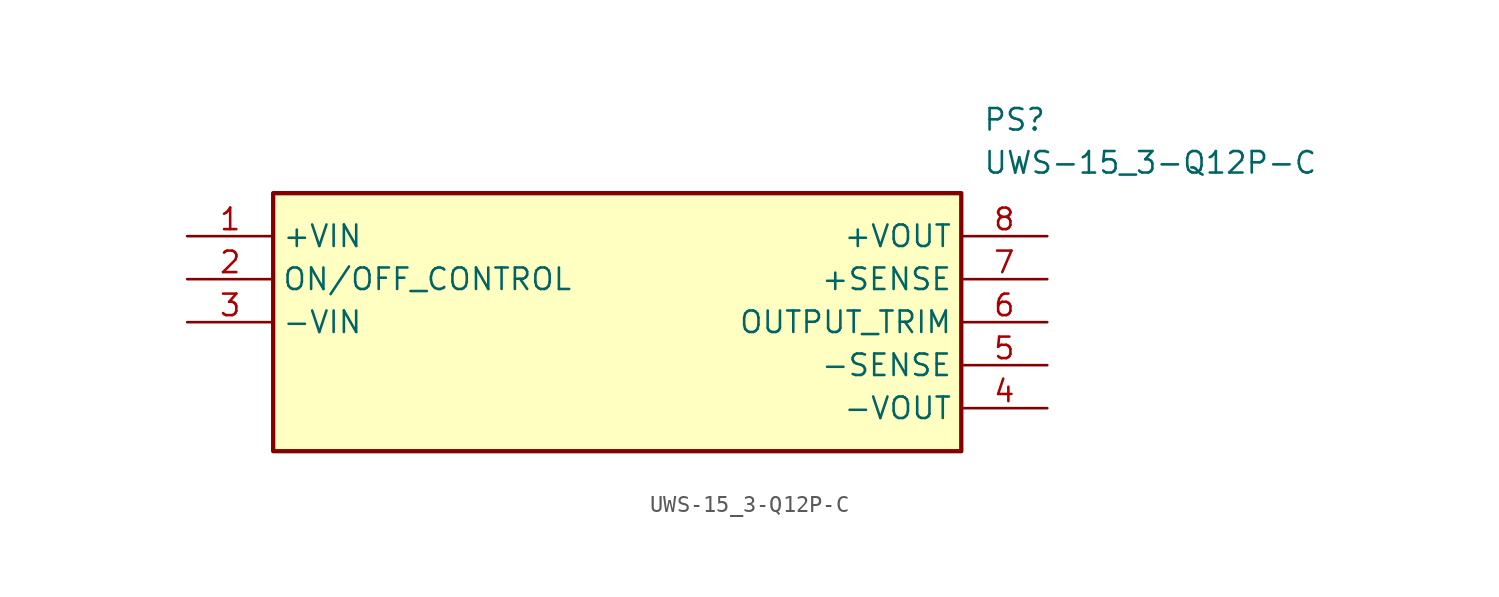
<source format=kicad_sym>
(kicad_symbol_lib
  (version 20220914)
  (generator kicad_symbol_editor)
  (symbol "UWS-15_3-Q12P-C"
    (property "Reference" "PS"
      (at 46.99 7.62 0)
      (effects (font (size 1.27 1.27)) (justify left top)))
    (property "Value" "UWS-15_3-Q12P-C"
      (at 46.99 5.08 0)
      (effects (font (size 1.27 1.27)) (justify left top)))
    (symbol "UWS-15_3-Q12P-C_1_1"
      (rectangle (start 5.08 2.54) (end 45.72 -12.7) (stroke (width 0.254) (type default)) (fill (type background)))
      (pin passive line (at 0 0 0) (length 5.08) (name "+VIN" (effects (font (size 1.27 1.27)))) (number "1" (effects (font (size 1.27 1.27)))))
      (pin passive line (at 0 -2.54 0) (length 5.08) (name "ON/OFF_CONTROL" (effects (font (size 1.27 1.27)))) (number "2" (effects (font (size 1.27 1.27)))))
      (pin passive line (at 0 -5.08 0) (length 5.08) (name "-VIN" (effects (font (size 1.27 1.27)))) (number "3" (effects (font (size 1.27 1.27)))))
      (pin passive line (at 50.8 -10.16 180) (length 5.08) (name "-VOUT" (effects (font (size 1.27 1.27)))) (number "4" (effects (font (size 1.27 1.27)))))
      (pin passive line (at 50.8 -7.62 180) (length 5.08) (name "-SENSE" (effects (font (size 1.27 1.27)))) (number "5" (effects (font (size 1.27 1.27)))))
      (pin passive line (at 50.8 -5.08 180) (length 5.08) (name "OUTPUT_TRIM" (effects (font (size 1.27 1.27)))) (number "6" (effects (font (size 1.27 1.27)))))
      (pin passive line (at 50.8 -2.54 180) (length 5.08) (name "+SENSE" (effects (font (size 1.27 1.27)))) (number "7" (effects (font (size 1.27 1.27)))))
      (pin passive line (at 50.8 0 180) (length 5.08) (name "+VOUT" (effects (font (size 1.27 1.27)))) (number "8" (effects (font (size 1.27 1.27))))))))
</source>
